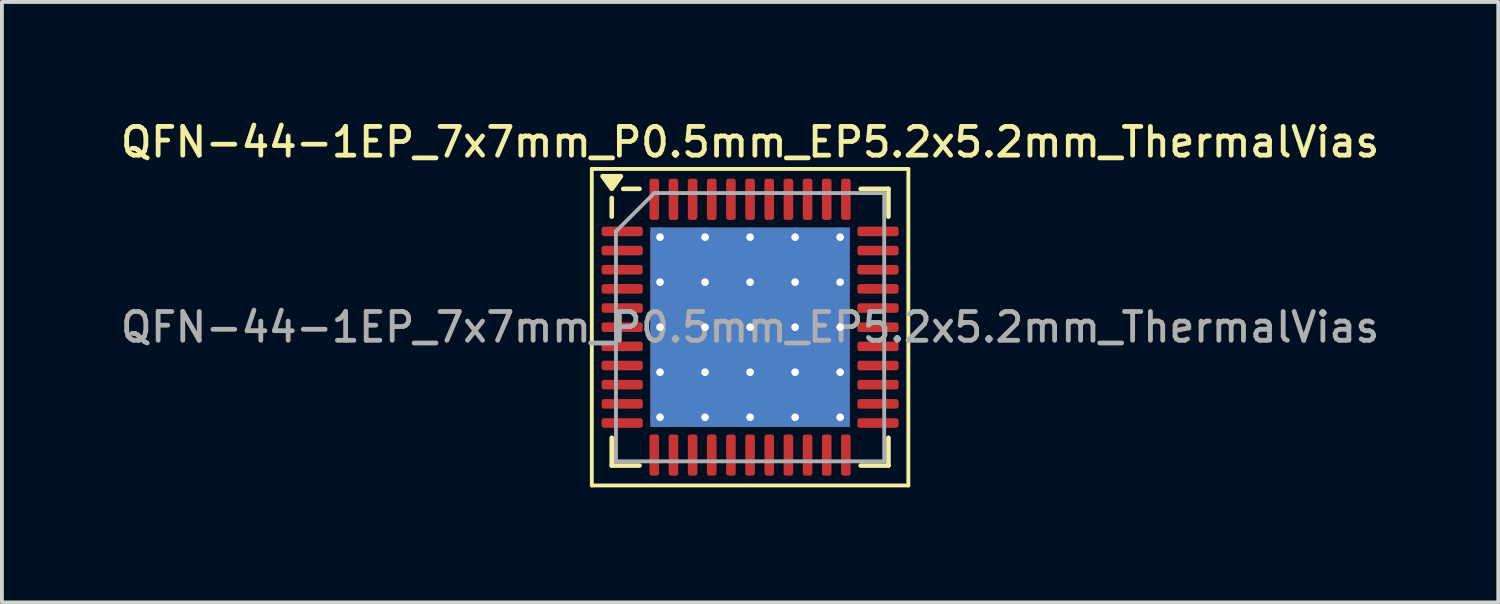
<source format=kicad_pcb>
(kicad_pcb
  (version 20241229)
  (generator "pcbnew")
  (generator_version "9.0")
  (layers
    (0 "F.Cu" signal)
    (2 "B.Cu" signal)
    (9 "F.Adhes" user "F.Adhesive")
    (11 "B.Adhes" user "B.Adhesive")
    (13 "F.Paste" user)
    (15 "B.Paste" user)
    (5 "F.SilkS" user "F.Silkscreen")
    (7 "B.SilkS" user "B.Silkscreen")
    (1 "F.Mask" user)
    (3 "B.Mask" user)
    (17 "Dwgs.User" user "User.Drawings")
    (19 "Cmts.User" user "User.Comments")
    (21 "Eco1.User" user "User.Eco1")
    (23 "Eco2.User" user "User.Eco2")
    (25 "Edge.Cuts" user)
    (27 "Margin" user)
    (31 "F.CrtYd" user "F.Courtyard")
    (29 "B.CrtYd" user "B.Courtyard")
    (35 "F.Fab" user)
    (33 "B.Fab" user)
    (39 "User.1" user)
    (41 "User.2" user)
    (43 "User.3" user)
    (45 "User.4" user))
  (footprint "QFN-44-1EP_7x7mm_P0.5mm_EP5.2x5.2mm_ThermalVias"
    (layer "F.Cu")
    (at 16.523 5.488)
    (property "Reference" "QFN-44-1EP_7x7mm_P0.5mm_EP5.2x5.2mm_ThermalVias" (at 0 -4.83 0) (layer "F.SilkS") (effects (font (size 0.75 0.75) (thickness 0.125))))
    (attr smd)
    (fp_line (start -4.13 -4.13) (end -4.13 4.13) (stroke (width 0.1) (type solid)) (layer "F.SilkS"))
    (fp_line (start -4.13 4.13) (end 4.13 4.13) (stroke (width 0.1) (type solid)) (layer "F.SilkS"))
    (fp_line (start -3.61 -2.885) (end -3.61 -3.37) (stroke (width 0.12) (type solid)) (layer "F.SilkS"))
    (fp_line (start -3.61 3.61) (end -3.61 2.885) (stroke (width 0.12) (type solid)) (layer "F.SilkS"))
    (fp_line (start -2.885 -3.61) (end -3.31 -3.61) (stroke (width 0.12) (type solid)) (layer "F.SilkS"))
    (fp_line (start -2.885 3.61) (end -3.61 3.61) (stroke (width 0.12) (type solid)) (layer "F.SilkS"))
    (fp_line (start 2.885 -3.61) (end 3.61 -3.61) (stroke (width 0.12) (type solid)) (layer "F.SilkS"))
    (fp_line (start 2.885 3.61) (end 3.61 3.61) (stroke (width 0.12) (type solid)) (layer "F.SilkS"))
    (fp_line (start 3.61 -3.61) (end 3.61 -2.885) (stroke (width 0.12) (type solid)) (layer "F.SilkS"))
    (fp_line (start 3.61 3.61) (end 3.61 2.885) (stroke (width 0.12) (type solid)) (layer "F.SilkS"))
    (fp_line (start 4.13 -4.13) (end -4.13 -4.13) (stroke (width 0.1) (type solid)) (layer "F.SilkS"))
    (fp_line (start 4.13 4.13) (end 4.13 -4.13) (stroke (width 0.1) (type solid)) (layer "F.SilkS"))
    (fp_poly (pts (xy -3.61 -3.61) (xy -3.85 -3.94) (xy -3.37 -3.94) (xy -3.61 -3.61)) (stroke (width 0.12) (type solid)) (fill yes) (layer "F.SilkS"))
    (fp_line (start -3.5 -2.5) (end -2.5 -3.5) (stroke (width 0.1) (type solid)) (layer "F.Fab"))
    (fp_line (start -3.5 3.5) (end -3.5 -2.5) (stroke (width 0.1) (type solid)) (layer "F.Fab"))
    (fp_line (start -2.5 -3.5) (end 3.5 -3.5) (stroke (width 0.1) (type solid)) (layer "F.Fab"))
    (fp_line (start 3.5 -3.5) (end 3.5 3.5) (stroke (width 0.1) (type solid)) (layer "F.Fab"))
    (fp_line (start 3.5 3.5) (end -3.5 3.5) (stroke (width 0.1) (type solid)) (layer "F.Fab"))
    (fp_text user "${REFERENCE}" (at 0 0 0) (layer "F.Fab") (effects (font (size 0.75 0.75) (thickness 0.125))))
    (pad "" smd roundrect (at -1.762 -1.762) (size 1.007 1.007) (layers "F.Paste") (roundrect_rratio 0.248))
    (pad "" smd roundrect (at -1.762 -0.588) (size 1.007 1.007) (layers "F.Paste") (roundrect_rratio 0.248))
    (pad "" smd roundrect (at -1.762 0.588) (size 1.007 1.007) (layers "F.Paste") (roundrect_rratio 0.248))
    (pad "" smd roundrect (at -1.762 1.762) (size 1.007 1.007) (layers "F.Paste") (roundrect_rratio 0.248))
    (pad "" smd roundrect (at -0.588 -1.762) (size 1.007 1.007) (layers "F.Paste") (roundrect_rratio 0.248))
    (pad "" smd roundrect (at -0.588 -0.588) (size 1.007 1.007) (layers "F.Paste") (roundrect_rratio 0.248))
    (pad "" smd roundrect (at -0.588 0.588) (size 1.007 1.007) (layers "F.Paste") (roundrect_rratio 0.248))
    (pad "" smd roundrect (at -0.588 1.762) (size 1.007 1.007) (layers "F.Paste") (roundrect_rratio 0.248))
    (pad "" smd roundrect (at 0.588 -1.762) (size 1.007 1.007) (layers "F.Paste") (roundrect_rratio 0.248))
    (pad "" smd roundrect (at 0.588 -0.588) (size 1.007 1.007) (layers "F.Paste") (roundrect_rratio 0.248))
    (pad "" smd roundrect (at 0.588 0.588) (size 1.007 1.007) (layers "F.Paste") (roundrect_rratio 0.248))
    (pad "" smd roundrect (at 0.588 1.762) (size 1.007 1.007) (layers "F.Paste") (roundrect_rratio 0.248))
    (pad "" smd roundrect (at 1.762 -1.762) (size 1.007 1.007) (layers "F.Paste") (roundrect_rratio 0.248))
    (pad "" smd roundrect (at 1.762 -0.588) (size 1.007 1.007) (layers "F.Paste") (roundrect_rratio 0.248))
    (pad "" smd roundrect (at 1.762 0.588) (size 1.007 1.007) (layers "F.Paste") (roundrect_rratio 0.248))
    (pad "" smd roundrect (at 1.762 1.762) (size 1.007 1.007) (layers "F.Paste") (roundrect_rratio 0.248))
    (pad "1" smd roundrect (at -3.337 -2.5) (size 1.075 0.25) (layers "F.Cu" "F.Mask" "F.Paste") (roundrect_rratio 0.25))
    (pad "2" smd roundrect (at -3.337 -2) (size 1.075 0.25) (layers "F.Cu" "F.Mask" "F.Paste") (roundrect_rratio 0.25))
    (pad "3" smd roundrect (at -3.337 -1.5) (size 1.075 0.25) (layers "F.Cu" "F.Mask" "F.Paste") (roundrect_rratio 0.25))
    (pad "4" smd roundrect (at -3.337 -1) (size 1.075 0.25) (layers "F.Cu" "F.Mask" "F.Paste") (roundrect_rratio 0.25))
    (pad "5" smd roundrect (at -3.337 -0.5) (size 1.075 0.25) (layers "F.Cu" "F.Mask" "F.Paste") (roundrect_rratio 0.25))
    (pad "6" smd roundrect (at -3.337 0) (size 1.075 0.25) (layers "F.Cu" "F.Mask" "F.Paste") (roundrect_rratio 0.25))
    (pad "7" smd roundrect (at -3.337 0.5) (size 1.075 0.25) (layers "F.Cu" "F.Mask" "F.Paste") (roundrect_rratio 0.25))
    (pad "8" smd roundrect (at -3.337 1) (size 1.075 0.25) (layers "F.Cu" "F.Mask" "F.Paste") (roundrect_rratio 0.25))
    (pad "9" smd roundrect (at -3.337 1.5) (size 1.075 0.25) (layers "F.Cu" "F.Mask" "F.Paste") (roundrect_rratio 0.25))
    (pad "10" smd roundrect (at -3.337 2) (size 1.075 0.25) (layers "F.Cu" "F.Mask" "F.Paste") (roundrect_rratio 0.25))
    (pad "11" smd roundrect (at -3.337 2.5) (size 1.075 0.25) (layers "F.Cu" "F.Mask" "F.Paste") (roundrect_rratio 0.25))
    (pad "12" smd roundrect (at -2.5 3.337) (size 0.25 1.075) (layers "F.Cu" "F.Mask" "F.Paste") (roundrect_rratio 0.25))
    (pad "13" smd roundrect (at -2 3.337) (size 0.25 1.075) (layers "F.Cu" "F.Mask" "F.Paste") (roundrect_rratio 0.25))
    (pad "14" smd roundrect (at -1.5 3.337) (size 0.25 1.075) (layers "F.Cu" "F.Mask" "F.Paste") (roundrect_rratio 0.25))
    (pad "15" smd roundrect (at -1 3.337) (size 0.25 1.075) (layers "F.Cu" "F.Mask" "F.Paste") (roundrect_rratio 0.25))
    (pad "16" smd roundrect (at -0.5 3.337) (size 0.25 1.075) (layers "F.Cu" "F.Mask" "F.Paste") (roundrect_rratio 0.25))
    (pad "17" smd roundrect (at 0 3.337) (size 0.25 1.075) (layers "F.Cu" "F.Mask" "F.Paste") (roundrect_rratio 0.25))
    (pad "18" smd roundrect (at 0.5 3.337) (size 0.25 1.075) (layers "F.Cu" "F.Mask" "F.Paste") (roundrect_rratio 0.25))
    (pad "19" smd roundrect (at 1 3.337) (size 0.25 1.075) (layers "F.Cu" "F.Mask" "F.Paste") (roundrect_rratio 0.25))
    (pad "20" smd roundrect (at 1.5 3.337) (size 0.25 1.075) (layers "F.Cu" "F.Mask" "F.Paste") (roundrect_rratio 0.25))
    (pad "21" smd roundrect (at 2 3.337) (size 0.25 1.075) (layers "F.Cu" "F.Mask" "F.Paste") (roundrect_rratio 0.25))
    (pad "22" smd roundrect (at 2.5 3.337) (size 0.25 1.075) (layers "F.Cu" "F.Mask" "F.Paste") (roundrect_rratio 0.25))
    (pad "23" smd roundrect (at 3.337 2.5) (size 1.075 0.25) (layers "F.Cu" "F.Mask" "F.Paste") (roundrect_rratio 0.25))
    (pad "24" smd roundrect (at 3.337 2) (size 1.075 0.25) (layers "F.Cu" "F.Mask" "F.Paste") (roundrect_rratio 0.25))
    (pad "25" smd roundrect (at 3.337 1.5) (size 1.075 0.25) (layers "F.Cu" "F.Mask" "F.Paste") (roundrect_rratio 0.25))
    (pad "26" smd roundrect (at 3.337 1) (size 1.075 0.25) (layers "F.Cu" "F.Mask" "F.Paste") (roundrect_rratio 0.25))
    (pad "27" smd roundrect (at 3.337 0.5) (size 1.075 0.25) (layers "F.Cu" "F.Mask" "F.Paste") (roundrect_rratio 0.25))
    (pad "28" smd roundrect (at 3.337 0) (size 1.075 0.25) (layers "F.Cu" "F.Mask" "F.Paste") (roundrect_rratio 0.25))
    (pad "29" smd roundrect (at 3.337 -0.5) (size 1.075 0.25) (layers "F.Cu" "F.Mask" "F.Paste") (roundrect_rratio 0.25))
    (pad "30" smd roundrect (at 3.337 -1) (size 1.075 0.25) (layers "F.Cu" "F.Mask" "F.Paste") (roundrect_rratio 0.25))
    (pad "31" smd roundrect (at 3.337 -1.5) (size 1.075 0.25) (layers "F.Cu" "F.Mask" "F.Paste") (roundrect_rratio 0.25))
    (pad "32" smd roundrect (at 3.337 -2) (size 1.075 0.25) (layers "F.Cu" "F.Mask" "F.Paste") (roundrect_rratio 0.25))
    (pad "33" smd roundrect (at 3.337 -2.5) (size 1.075 0.25) (layers "F.Cu" "F.Mask" "F.Paste") (roundrect_rratio 0.25))
    (pad "34" smd roundrect (at 2.5 -3.337) (size 0.25 1.075) (layers "F.Cu" "F.Mask" "F.Paste") (roundrect_rratio 0.25))
    (pad "35" smd roundrect (at 2 -3.337) (size 0.25 1.075) (layers "F.Cu" "F.Mask" "F.Paste") (roundrect_rratio 0.25))
    (pad "36" smd roundrect (at 1.5 -3.337) (size 0.25 1.075) (layers "F.Cu" "F.Mask" "F.Paste") (roundrect_rratio 0.25))
    (pad "37" smd roundrect (at 1 -3.337) (size 0.25 1.075) (layers "F.Cu" "F.Mask" "F.Paste") (roundrect_rratio 0.25))
    (pad "38" smd roundrect (at 0.5 -3.337) (size 0.25 1.075) (layers "F.Cu" "F.Mask" "F.Paste") (roundrect_rratio 0.25))
    (pad "39" smd roundrect (at 0 -3.337) (size 0.25 1.075) (layers "F.Cu" "F.Mask" "F.Paste") (roundrect_rratio 0.25))
    (pad "40" smd roundrect (at -0.5 -3.337) (size 0.25 1.075) (layers "F.Cu" "F.Mask" "F.Paste") (roundrect_rratio 0.25))
    (pad "41" smd roundrect (at -1 -3.337) (size 0.25 1.075) (layers "F.Cu" "F.Mask" "F.Paste") (roundrect_rratio 0.25))
    (pad "42" smd roundrect (at -1.5 -3.337) (size 0.25 1.075) (layers "F.Cu" "F.Mask" "F.Paste") (roundrect_rratio 0.25))
    (pad "43" smd roundrect (at -2 -3.337) (size 0.25 1.075) (layers "F.Cu" "F.Mask" "F.Paste") (roundrect_rratio 0.25))
    (pad "44" smd roundrect (at -2.5 -3.337) (size 0.25 1.075) (layers "F.Cu" "F.Mask" "F.Paste") (roundrect_rratio 0.25))
    (pad "45" thru_hole circle (at -2.35 -2.35) (size 0.5 0.5) (drill 0.2) (property pad_prop_heatsink) (layers "*.Cu"))
    (pad "45" thru_hole circle (at -2.35 -1.175) (size 0.5 0.5) (drill 0.2) (property pad_prop_heatsink) (layers "*.Cu"))
    (pad "45" thru_hole circle (at -2.35 0) (size 0.5 0.5) (drill 0.2) (property pad_prop_heatsink) (layers "*.Cu"))
    (pad "45" thru_hole circle (at -2.35 1.175) (size 0.5 0.5) (drill 0.2) (property pad_prop_heatsink) (layers "*.Cu"))
    (pad "45" thru_hole circle (at -2.35 2.35) (size 0.5 0.5) (drill 0.2) (property pad_prop_heatsink) (layers "*.Cu"))
    (pad "45" thru_hole circle (at -1.175 -2.35) (size 0.5 0.5) (drill 0.2) (property pad_prop_heatsink) (layers "*.Cu"))
    (pad "45" thru_hole circle (at -1.175 -1.175) (size 0.5 0.5) (drill 0.2) (property pad_prop_heatsink) (layers "*.Cu"))
    (pad "45" thru_hole circle (at -1.175 0) (size 0.5 0.5) (drill 0.2) (property pad_prop_heatsink) (layers "*.Cu"))
    (pad "45" thru_hole circle (at -1.175 1.175) (size 0.5 0.5) (drill 0.2) (property pad_prop_heatsink) (layers "*.Cu"))
    (pad "45" thru_hole circle (at -1.175 2.35) (size 0.5 0.5) (drill 0.2) (property pad_prop_heatsink) (layers "*.Cu"))
    (pad "45" thru_hole circle (at 0 -2.35) (size 0.5 0.5) (drill 0.2) (property pad_prop_heatsink) (layers "*.Cu"))
    (pad "45" thru_hole circle (at 0 -1.175) (size 0.5 0.5) (drill 0.2) (property pad_prop_heatsink) (layers "*.Cu"))
    (pad "45" thru_hole circle (at 0 0) (size 0.5 0.5) (drill 0.2) (property pad_prop_heatsink) (layers "*.Cu"))
    (pad "45" smd rect (at 0 0) (size 5.2 5.2) (property pad_prop_heatsink) (layers "F.Cu" "F.Mask"))
    (pad "45" smd rect (at 0 0) (size 5.2 5.2) (property pad_prop_heatsink) (layers "B.Cu"))
    (pad "45" thru_hole circle (at 0 1.175) (size 0.5 0.5) (drill 0.2) (property pad_prop_heatsink) (layers "*.Cu"))
    (pad "45" thru_hole circle (at 0 2.35) (size 0.5 0.5) (drill 0.2) (property pad_prop_heatsink) (layers "*.Cu"))
    (pad "45" thru_hole circle (at 1.175 -2.35) (size 0.5 0.5) (drill 0.2) (property pad_prop_heatsink) (layers "*.Cu"))
    (pad "45" thru_hole circle (at 1.175 -1.175) (size 0.5 0.5) (drill 0.2) (property pad_prop_heatsink) (layers "*.Cu"))
    (pad "45" thru_hole circle (at 1.175 0) (size 0.5 0.5) (drill 0.2) (property pad_prop_heatsink) (layers "*.Cu"))
    (pad "45" thru_hole circle (at 1.175 1.175) (size 0.5 0.5) (drill 0.2) (property pad_prop_heatsink) (layers "*.Cu"))
    (pad "45" thru_hole circle (at 1.175 2.35) (size 0.5 0.5) (drill 0.2) (property pad_prop_heatsink) (layers "*.Cu"))
    (pad "45" thru_hole circle (at 2.35 -2.35) (size 0.5 0.5) (drill 0.2) (property pad_prop_heatsink) (layers "*.Cu"))
    (pad "45" thru_hole circle (at 2.35 -1.175) (size 0.5 0.5) (drill 0.2) (property pad_prop_heatsink) (layers "*.Cu"))
    (pad "45" thru_hole circle (at 2.35 0) (size 0.5 0.5) (drill 0.2) (property pad_prop_heatsink) (layers "*.Cu"))
    (pad "45" thru_hole circle (at 2.35 1.175) (size 0.5 0.5) (drill 0.2) (property pad_prop_heatsink) (layers "*.Cu"))
    (pad "45" thru_hole circle (at 2.35 2.35) (size 0.5 0.5) (drill 0.2) (property pad_prop_heatsink) (layers "*.Cu")))
  (gr_rect
    (start -3 -3)
    (end 36.046 12.668)
    (stroke (width 0.1) (type default))
    (fill no)
    (layer "Edge.Cuts")))
</source>
